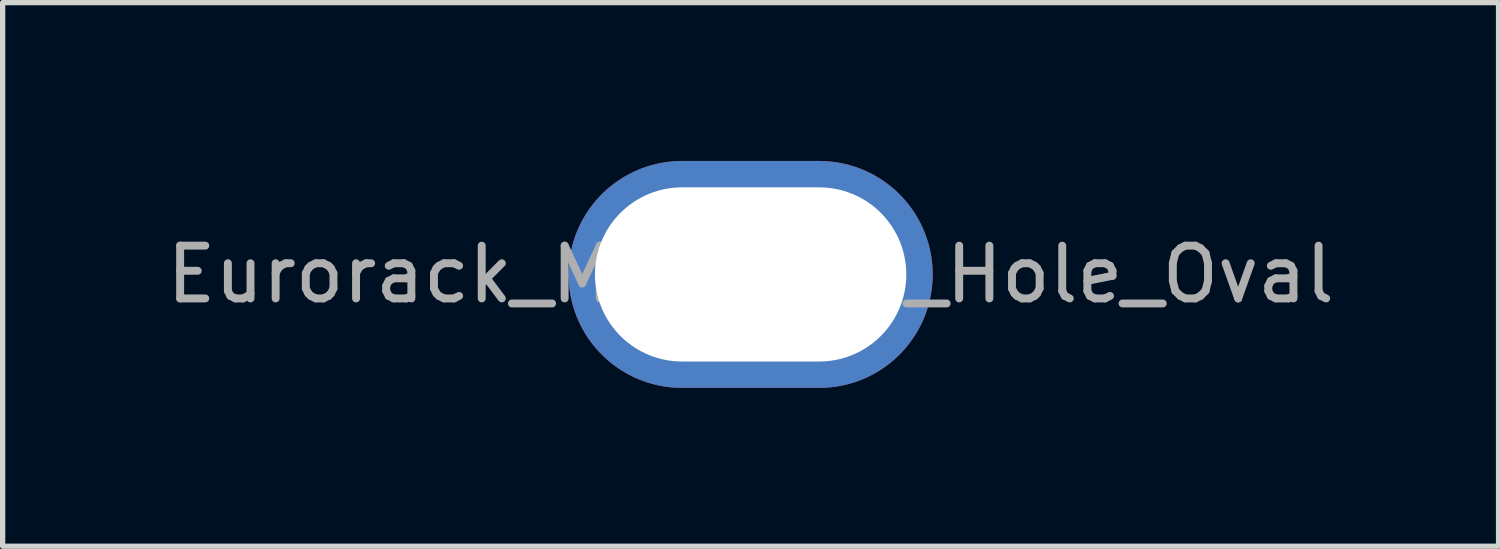
<source format=kicad_pcb>
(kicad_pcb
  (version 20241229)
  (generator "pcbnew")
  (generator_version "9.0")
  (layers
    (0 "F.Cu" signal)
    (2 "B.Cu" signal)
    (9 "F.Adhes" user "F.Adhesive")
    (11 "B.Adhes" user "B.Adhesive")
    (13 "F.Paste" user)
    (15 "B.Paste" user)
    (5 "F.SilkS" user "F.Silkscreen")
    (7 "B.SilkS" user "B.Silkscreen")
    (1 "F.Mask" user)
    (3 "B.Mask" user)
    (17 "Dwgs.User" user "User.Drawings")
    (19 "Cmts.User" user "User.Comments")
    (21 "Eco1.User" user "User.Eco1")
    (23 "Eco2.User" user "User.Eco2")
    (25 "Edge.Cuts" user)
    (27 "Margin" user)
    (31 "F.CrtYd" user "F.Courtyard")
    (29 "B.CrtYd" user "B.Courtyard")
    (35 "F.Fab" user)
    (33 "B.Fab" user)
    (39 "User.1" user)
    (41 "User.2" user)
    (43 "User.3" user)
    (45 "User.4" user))
  (footprint "Eurorack_Mounting_Hole_Oval"
    (layer "F.Cu")
    (at 11.173 2.15)
    (property "Reference" "Eurorack_Mounting_Hole_Oval" (at 0 0 0) (unlocked yes) (layer "F.SilkS") (effects (font (size 1 1) (thickness 0.1))))
    (attr through_hole)
    (fp_text user "${REFERENCE}" (at 0 0 0) (unlocked yes) (layer "F.Fab") (effects (font (size 1 1) (thickness 0.15))))
    (pad "" thru_hole oval (at 0 0) (size 6.9 4.3) (drill oval 5.9 3.3) (layers "*.Cu" "*.Mask")))
  (gr_rect
    (start -3 -3)
    (end 25.345 7.3)
    (stroke (width 0.1) (type default))
    (fill no)
    (layer "Edge.Cuts")))
</source>
